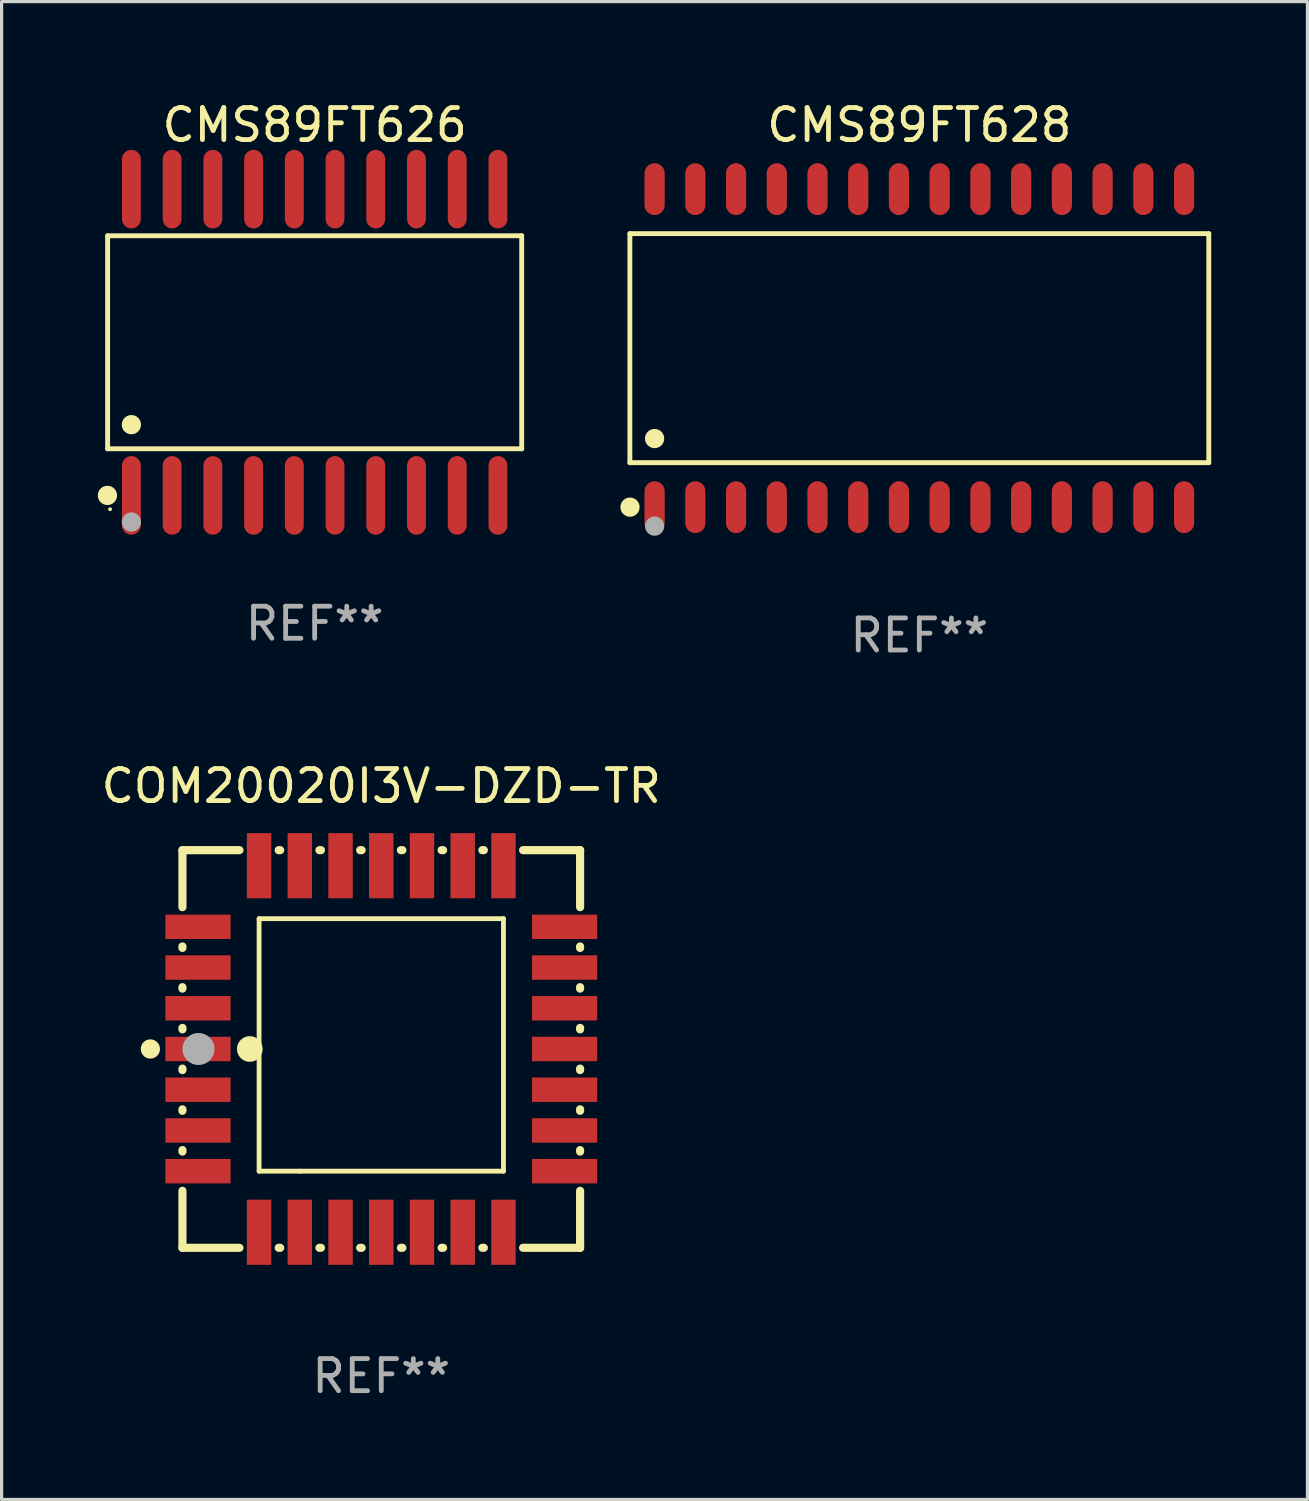
<source format=kicad_pcb>
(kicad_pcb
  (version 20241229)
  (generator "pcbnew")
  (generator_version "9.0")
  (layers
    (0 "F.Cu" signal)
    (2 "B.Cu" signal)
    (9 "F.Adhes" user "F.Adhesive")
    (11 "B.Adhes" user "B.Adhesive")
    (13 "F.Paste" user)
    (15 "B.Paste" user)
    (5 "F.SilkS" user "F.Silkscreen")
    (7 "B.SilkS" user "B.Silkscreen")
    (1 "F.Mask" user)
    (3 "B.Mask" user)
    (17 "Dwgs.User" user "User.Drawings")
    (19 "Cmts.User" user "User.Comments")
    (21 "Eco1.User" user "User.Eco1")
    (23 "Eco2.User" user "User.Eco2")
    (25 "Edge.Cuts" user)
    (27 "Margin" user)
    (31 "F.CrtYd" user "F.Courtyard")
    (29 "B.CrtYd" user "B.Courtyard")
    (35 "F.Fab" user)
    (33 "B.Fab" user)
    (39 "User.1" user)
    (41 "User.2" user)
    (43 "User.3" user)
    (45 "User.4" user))
  (footprint "CMS89FT628"
    (layer "F.Cu")
    (at 25.617 7.806)
    (property "Reference" "CMS89FT628" (at 0 -6.958 0) (layer "F.SilkS") (effects (font (size 1 1) (thickness 0.15))))
    (attr through_hole)
    (fp_line (start -9.026 -3.571) (end 9.026 -3.571) (stroke (width 0.152) (type solid)) (layer "F.SilkS"))
    (fp_line (start -9.026 3.571) (end -9.026 -3.571) (stroke (width 0.152) (type solid)) (layer "F.SilkS"))
    (fp_line (start 9.026 -3.571) (end 9.026 3.571) (stroke (width 0.152) (type solid)) (layer "F.SilkS"))
    (fp_line (start 9.026 3.571) (end -9.026 3.571) (stroke (width 0.152) (type solid)) (layer "F.SilkS"))
    (fp_circle (center -9.022 4.958) (end -8.872 4.958) (stroke (width 0.3) (type solid)) (fill no) (layer "F.SilkS"))
    (fp_circle (center -8.95 5.15) (end -8.92 5.15) (stroke (width 0.06) (type solid)) (fill no) (layer "F.SilkS"))
    (fp_circle (center -8.255 2.819) (end -8.105 2.819) (stroke (width 0.3) (type solid)) (fill no) (layer "F.SilkS"))
    (fp_circle (center -8.255 5.55) (end -8.105 5.55) (stroke (width 0.3) (type solid)) (fill no) (layer "F.Fab"))
    (fp_text user "REF**" (at 0 8.958 0) (layer "F.Fab") (effects (font (size 1 1) (thickness 0.15))))
    (pad "1" smd oval (at -8.255 4.958) (size 0.63 1.615) (layers "F.Cu" "F.Mask" "F.Paste"))
    (pad "2" smd oval (at -6.985 4.958) (size 0.63 1.615) (layers "F.Cu" "F.Mask" "F.Paste"))
    (pad "3" smd oval (at -5.715 4.958) (size 0.63 1.615) (layers "F.Cu" "F.Mask" "F.Paste"))
    (pad "4" smd oval (at -4.445 4.958) (size 0.63 1.615) (layers "F.Cu" "F.Mask" "F.Paste"))
    (pad "5" smd oval (at -3.175 4.958) (size 0.63 1.615) (layers "F.Cu" "F.Mask" "F.Paste"))
    (pad "6" smd oval (at -1.905 4.958) (size 0.63 1.615) (layers "F.Cu" "F.Mask" "F.Paste"))
    (pad "7" smd oval (at -0.635 4.958) (size 0.63 1.615) (layers "F.Cu" "F.Mask" "F.Paste"))
    (pad "8" smd oval (at 0.635 4.958) (size 0.63 1.615) (layers "F.Cu" "F.Mask" "F.Paste"))
    (pad "9" smd oval (at 1.905 4.958) (size 0.63 1.615) (layers "F.Cu" "F.Mask" "F.Paste"))
    (pad "10" smd oval (at 3.175 4.958) (size 0.63 1.615) (layers "F.Cu" "F.Mask" "F.Paste"))
    (pad "11" smd oval (at 4.445 4.958) (size 0.63 1.615) (layers "F.Cu" "F.Mask" "F.Paste"))
    (pad "12" smd oval (at 5.715 4.958) (size 0.63 1.615) (layers "F.Cu" "F.Mask" "F.Paste"))
    (pad "13" smd oval (at 6.985 4.958) (size 0.63 1.615) (layers "F.Cu" "F.Mask" "F.Paste"))
    (pad "14" smd oval (at 8.255 4.958) (size 0.63 1.615) (layers "F.Cu" "F.Mask" "F.Paste"))
    (pad "15" smd oval (at 8.255 -4.958) (size 0.63 1.615) (layers "F.Cu" "F.Mask" "F.Paste"))
    (pad "16" smd oval (at 6.985 -4.958) (size 0.63 1.615) (layers "F.Cu" "F.Mask" "F.Paste"))
    (pad "17" smd oval (at 5.715 -4.958) (size 0.63 1.615) (layers "F.Cu" "F.Mask" "F.Paste"))
    (pad "18" smd oval (at 4.445 -4.958) (size 0.63 1.615) (layers "F.Cu" "F.Mask" "F.Paste"))
    (pad "19" smd oval (at 3.175 -4.958) (size 0.63 1.615) (layers "F.Cu" "F.Mask" "F.Paste"))
    (pad "20" smd oval (at 1.905 -4.958) (size 0.63 1.615) (layers "F.Cu" "F.Mask" "F.Paste"))
    (pad "21" smd oval (at 0.635 -4.958) (size 0.63 1.615) (layers "F.Cu" "F.Mask" "F.Paste"))
    (pad "22" smd oval (at -0.635 -4.958) (size 0.63 1.615) (layers "F.Cu" "F.Mask" "F.Paste"))
    (pad "23" smd oval (at -1.905 -4.958) (size 0.63 1.615) (layers "F.Cu" "F.Mask" "F.Paste"))
    (pad "24" smd oval (at -3.175 -4.958) (size 0.63 1.615) (layers "F.Cu" "F.Mask" "F.Paste"))
    (pad "25" smd oval (at -4.445 -4.958) (size 0.63 1.615) (layers "F.Cu" "F.Mask" "F.Paste"))
    (pad "26" smd oval (at -5.715 -4.958) (size 0.63 1.615) (layers "F.Cu" "F.Mask" "F.Paste"))
    (pad "27" smd oval (at -6.985 -4.958) (size 0.63 1.615) (layers "F.Cu" "F.Mask" "F.Paste"))
    (pad "28" smd oval (at -8.255 -4.958) (size 0.63 1.615) (layers "F.Cu" "F.Mask" "F.Paste")))
  (footprint "CMS89FT626"
    (layer "F.Cu")
    (at 6.762 7.623)
    (property "Reference" "CMS89FT626" (at 0 -6.775 0) (layer "F.SilkS") (effects (font (size 1 1) (thickness 0.15))))
    (attr through_hole)
    (fp_line (start -6.456 -3.321) (end 6.456 -3.321) (stroke (width 0.152) (type solid)) (layer "F.SilkS"))
    (fp_line (start -6.456 3.321) (end -6.456 -3.321) (stroke (width 0.152) (type solid)) (layer "F.SilkS"))
    (fp_line (start 6.456 -3.321) (end 6.456 3.321) (stroke (width 0.152) (type solid)) (layer "F.SilkS"))
    (fp_line (start 6.456 3.321) (end -6.456 3.321) (stroke (width 0.152) (type solid)) (layer "F.SilkS"))
    (fp_circle (center -6.462 4.775) (end -6.311 4.775) (stroke (width 0.3) (type solid)) (fill no) (layer "F.SilkS"))
    (fp_circle (center -6.38 5.205) (end -6.35 5.205) (stroke (width 0.06) (type solid)) (fill no) (layer "F.SilkS"))
    (fp_circle (center -5.715 2.569) (end -5.565 2.569) (stroke (width 0.3) (type solid)) (fill no) (layer "F.SilkS"))
    (fp_circle (center -5.715 5.605) (end -5.565 5.605) (stroke (width 0.3) (type solid)) (fill no) (layer "F.Fab"))
    (fp_text user "REF**" (at 0 8.775 0) (layer "F.Fab") (effects (font (size 1 1) (thickness 0.15))))
    (pad "1" smd oval (at -5.715 4.775) (size 0.588 2.45) (layers "F.Cu" "F.Mask" "F.Paste"))
    (pad "2" smd oval (at -4.445 4.775) (size 0.588 2.45) (layers "F.Cu" "F.Mask" "F.Paste"))
    (pad "3" smd oval (at -3.175 4.775) (size 0.588 2.45) (layers "F.Cu" "F.Mask" "F.Paste"))
    (pad "4" smd oval (at -1.905 4.775) (size 0.588 2.45) (layers "F.Cu" "F.Mask" "F.Paste"))
    (pad "5" smd oval (at -0.635 4.775) (size 0.588 2.45) (layers "F.Cu" "F.Mask" "F.Paste"))
    (pad "6" smd oval (at 0.635 4.775) (size 0.588 2.45) (layers "F.Cu" "F.Mask" "F.Paste"))
    (pad "7" smd oval (at 1.905 4.775) (size 0.588 2.45) (layers "F.Cu" "F.Mask" "F.Paste"))
    (pad "8" smd oval (at 3.175 4.775) (size 0.588 2.45) (layers "F.Cu" "F.Mask" "F.Paste"))
    (pad "9" smd oval (at 4.445 4.775) (size 0.588 2.45) (layers "F.Cu" "F.Mask" "F.Paste"))
    (pad "10" smd oval (at 5.715 4.775) (size 0.588 2.45) (layers "F.Cu" "F.Mask" "F.Paste"))
    (pad "11" smd oval (at 5.715 -4.775) (size 0.588 2.45) (layers "F.Cu" "F.Mask" "F.Paste"))
    (pad "12" smd oval (at 4.445 -4.775) (size 0.588 2.45) (layers "F.Cu" "F.Mask" "F.Paste"))
    (pad "13" smd oval (at 3.175 -4.775) (size 0.588 2.45) (layers "F.Cu" "F.Mask" "F.Paste"))
    (pad "14" smd oval (at 1.905 -4.775) (size 0.588 2.45) (layers "F.Cu" "F.Mask" "F.Paste"))
    (pad "15" smd oval (at 0.635 -4.775) (size 0.588 2.45) (layers "F.Cu" "F.Mask" "F.Paste"))
    (pad "16" smd oval (at -0.635 -4.775) (size 0.588 2.45) (layers "F.Cu" "F.Mask" "F.Paste"))
    (pad "17" smd oval (at -1.905 -4.775) (size 0.588 2.45) (layers "F.Cu" "F.Mask" "F.Paste"))
    (pad "18" smd oval (at -3.175 -4.775) (size 0.588 2.45) (layers "F.Cu" "F.Mask" "F.Paste"))
    (pad "19" smd oval (at -4.445 -4.775) (size 0.588 2.45) (layers "F.Cu" "F.Mask" "F.Paste"))
    (pad "20" smd oval (at -5.715 -4.775) (size 0.588 2.45) (layers "F.Cu" "F.Mask" "F.Paste")))
  (footprint "COM20020I3V-DZD-TR"
    (layer "F.Cu")
    (at 8.839 29.66)
    (property "Reference" "COM20020I3V-DZD-TR" (at 0 -8.2 0) (layer "F.SilkS") (effects (font (size 1 1) (thickness 0.15))))
    (attr through_hole)
    (fp_line (start -6.2 -6.2) (end -4.422 -6.2) (stroke (width 0.254) (type solid)) (layer "F.SilkS"))
    (fp_line (start -6.2 -4.422) (end -6.2 -6.2) (stroke (width 0.254) (type solid)) (layer "F.SilkS"))
    (fp_line (start -6.2 -3.152) (end -6.2 -3.198) (stroke (width 0.254) (type solid)) (layer "F.SilkS"))
    (fp_line (start -6.2 -1.882) (end -6.2 -1.928) (stroke (width 0.254) (type solid)) (layer "F.SilkS"))
    (fp_line (start -6.2 -0.612) (end -6.2 -0.658) (stroke (width 0.254) (type solid)) (layer "F.SilkS"))
    (fp_line (start -6.2 0.658) (end -6.2 0.612) (stroke (width 0.254) (type solid)) (layer "F.SilkS"))
    (fp_line (start -6.2 1.928) (end -6.2 1.882) (stroke (width 0.254) (type solid)) (layer "F.SilkS"))
    (fp_line (start -6.2 3.198) (end -6.2 3.152) (stroke (width 0.254) (type solid)) (layer "F.SilkS"))
    (fp_line (start -6.2 6.2) (end -6.2 4.422) (stroke (width 0.254) (type solid)) (layer "F.SilkS"))
    (fp_line (start -4.422 6.2) (end -6.2 6.2) (stroke (width 0.254) (type solid)) (layer "F.SilkS"))
    (fp_line (start -3.81 -4.064) (end 3.81 -4.064) (stroke (width 0.15) (type solid)) (layer "F.SilkS"))
    (fp_line (start -3.81 3.81) (end -3.81 -4.064) (stroke (width 0.15) (type solid)) (layer "F.SilkS"))
    (fp_line (start -3.198 -6.2) (end -3.152 -6.2) (stroke (width 0.254) (type solid)) (layer "F.SilkS"))
    (fp_line (start -3.152 6.2) (end -3.198 6.2) (stroke (width 0.254) (type solid)) (layer "F.SilkS"))
    (fp_line (start -2.54 3.81) (end -3.81 3.81) (stroke (width 0.15) (type solid)) (layer "F.SilkS"))
    (fp_line (start -1.928 -6.2) (end -1.882 -6.2) (stroke (width 0.254) (type solid)) (layer "F.SilkS"))
    (fp_line (start -1.882 6.2) (end -1.928 6.2) (stroke (width 0.254) (type solid)) (layer "F.SilkS"))
    (fp_line (start -0.658 -6.2) (end -0.612 -6.2) (stroke (width 0.254) (type solid)) (layer "F.SilkS"))
    (fp_line (start -0.612 6.2) (end -0.658 6.2) (stroke (width 0.254) (type solid)) (layer "F.SilkS"))
    (fp_line (start 0.612 -6.2) (end 0.658 -6.2) (stroke (width 0.254) (type solid)) (layer "F.SilkS"))
    (fp_line (start 0.658 6.2) (end 0.612 6.2) (stroke (width 0.254) (type solid)) (layer "F.SilkS"))
    (fp_line (start 1.882 -6.2) (end 1.928 -6.2) (stroke (width 0.254) (type solid)) (layer "F.SilkS"))
    (fp_line (start 1.928 6.2) (end 1.882 6.2) (stroke (width 0.254) (type solid)) (layer "F.SilkS"))
    (fp_line (start 3.152 -6.2) (end 3.198 -6.2) (stroke (width 0.254) (type solid)) (layer "F.SilkS"))
    (fp_line (start 3.198 6.2) (end 3.152 6.2) (stroke (width 0.254) (type solid)) (layer "F.SilkS"))
    (fp_line (start 3.81 -4.064) (end 3.81 3.81) (stroke (width 0.15) (type solid)) (layer "F.SilkS"))
    (fp_line (start 3.81 3.81) (end -2.54 3.81) (stroke (width 0.15) (type solid)) (layer "F.SilkS"))
    (fp_line (start 4.422 -6.2) (end 6.2 -6.2) (stroke (width 0.254) (type solid)) (layer "F.SilkS"))
    (fp_line (start 6.2 -6.2) (end 6.2 -4.422) (stroke (width 0.254) (type solid)) (layer "F.SilkS"))
    (fp_line (start 6.2 -3.198) (end 6.2 -3.152) (stroke (width 0.254) (type solid)) (layer "F.SilkS"))
    (fp_line (start 6.2 -1.928) (end 6.2 -1.882) (stroke (width 0.254) (type solid)) (layer "F.SilkS"))
    (fp_line (start 6.2 -0.658) (end 6.2 -0.612) (stroke (width 0.254) (type solid)) (layer "F.SilkS"))
    (fp_line (start 6.2 0.612) (end 6.2 0.658) (stroke (width 0.254) (type solid)) (layer "F.SilkS"))
    (fp_line (start 6.2 1.882) (end 6.2 1.928) (stroke (width 0.254) (type solid)) (layer "F.SilkS"))
    (fp_line (start 6.2 3.152) (end 6.2 3.198) (stroke (width 0.254) (type solid)) (layer "F.SilkS"))
    (fp_line (start 6.2 4.422) (end 6.2 6.2) (stroke (width 0.254) (type solid)) (layer "F.SilkS"))
    (fp_line (start 6.2 6.2) (end 4.422 6.2) (stroke (width 0.254) (type solid)) (layer "F.SilkS"))
    (fp_circle (center -7.2 0) (end -7.05 0) (stroke (width 0.3) (type solid)) (fill no) (layer "F.SilkS"))
    (fp_circle (center -6.223 6.223) (end -6.193 6.223) (stroke (width 0.06) (type solid)) (fill no) (layer "F.SilkS"))
    (fp_circle (center -4.1 0) (end -3.9 0) (stroke (width 0.4) (type solid)) (fill no) (layer "F.SilkS"))
    (fp_circle (center -5.7 0) (end -5.45 0) (stroke (width 0.5) (type solid)) (fill no) (layer "F.Fab"))
    (fp_text user "REF**" (at 0 10.2 0) (layer "F.Fab") (effects (font (size 1 1) (thickness 0.15))))
    (pad "1" smd rect (at -5.715 0) (size 2.032 0.762) (layers "F.Cu" "F.Mask" "F.Paste"))
    (pad "2" smd rect (at -5.715 1.27) (size 2.032 0.762) (layers "F.Cu" "F.Mask" "F.Paste"))
    (pad "3" smd rect (at -5.715 2.54) (size 2.032 0.762) (layers "F.Cu" "F.Mask" "F.Paste"))
    (pad "4" smd rect (at -5.715 3.81) (size 2.032 0.762) (layers "F.Cu" "F.Mask" "F.Paste"))
    (pad "5" smd rect (at -3.81 5.715) (size 0.762 2.032) (layers "F.Cu" "F.Mask" "F.Paste"))
    (pad "6" smd rect (at -2.54 5.715) (size 0.762 2.032) (layers "F.Cu" "F.Mask" "F.Paste"))
    (pad "7" smd rect (at -1.27 5.715) (size 0.762 2.032) (layers "F.Cu" "F.Mask" "F.Paste"))
    (pad "8" smd rect (at 0 5.715) (size 0.762 2.032) (layers "F.Cu" "F.Mask" "F.Paste"))
    (pad "9" smd rect (at 1.27 5.715) (size 0.762 2.032) (layers "F.Cu" "F.Mask" "F.Paste"))
    (pad "10" smd rect (at 2.54 5.715) (size 0.762 2.032) (layers "F.Cu" "F.Mask" "F.Paste"))
    (pad "11" smd rect (at 3.81 5.715) (size 0.762 2.032) (layers "F.Cu" "F.Mask" "F.Paste"))
    (pad "12" smd rect (at 5.715 3.81) (size 2.032 0.762) (layers "F.Cu" "F.Mask" "F.Paste"))
    (pad "13" smd rect (at 5.715 2.54) (size 2.032 0.762) (layers "F.Cu" "F.Mask" "F.Paste"))
    (pad "14" smd rect (at 5.715 1.27) (size 2.032 0.762) (layers "F.Cu" "F.Mask" "F.Paste"))
    (pad "15" smd rect (at 5.715 0) (size 2.032 0.762) (layers "F.Cu" "F.Mask" "F.Paste"))
    (pad "16" smd rect (at 5.715 -1.27) (size 2.032 0.762) (layers "F.Cu" "F.Mask" "F.Paste"))
    (pad "17" smd rect (at 5.715 -2.54) (size 2.032 0.762) (layers "F.Cu" "F.Mask" "F.Paste"))
    (pad "18" smd rect (at 5.715 -3.81) (size 2.032 0.762) (layers "F.Cu" "F.Mask" "F.Paste"))
    (pad "19" smd rect (at 3.81 -5.715) (size 0.762 2.032) (layers "F.Cu" "F.Mask" "F.Paste"))
    (pad "20" smd rect (at 2.54 -5.715) (size 0.762 2.032) (layers "F.Cu" "F.Mask" "F.Paste"))
    (pad "21" smd rect (at 1.27 -5.715) (size 0.762 2.032) (layers "F.Cu" "F.Mask" "F.Paste"))
    (pad "22" smd rect (at 0 -5.715) (size 0.762 2.032) (layers "F.Cu" "F.Mask" "F.Paste"))
    (pad "23" smd rect (at -1.27 -5.715) (size 0.762 2.032) (layers "F.Cu" "F.Mask" "F.Paste"))
    (pad "24" smd rect (at -2.54 -5.715) (size 0.762 2.032) (layers "F.Cu" "F.Mask" "F.Paste"))
    (pad "25" smd rect (at -3.81 -5.715) (size 0.762 2.032) (layers "F.Cu" "F.Mask" "F.Paste"))
    (pad "26" smd rect (at -5.715 -3.81) (size 2.032 0.762) (layers "F.Cu" "F.Mask" "F.Paste"))
    (pad "27" smd rect (at -5.715 -2.54) (size 2.032 0.762) (layers "F.Cu" "F.Mask" "F.Paste"))
    (pad "28" smd rect (at -5.715 -1.27) (size 2.032 0.762) (layers "F.Cu" "F.Mask" "F.Paste")))
  (gr_rect
    (start -3 -3)
    (end 37.719 43.708)
    (stroke (width 0.1) (type default))
    (fill no)
    (layer "Edge.Cuts")))
</source>
